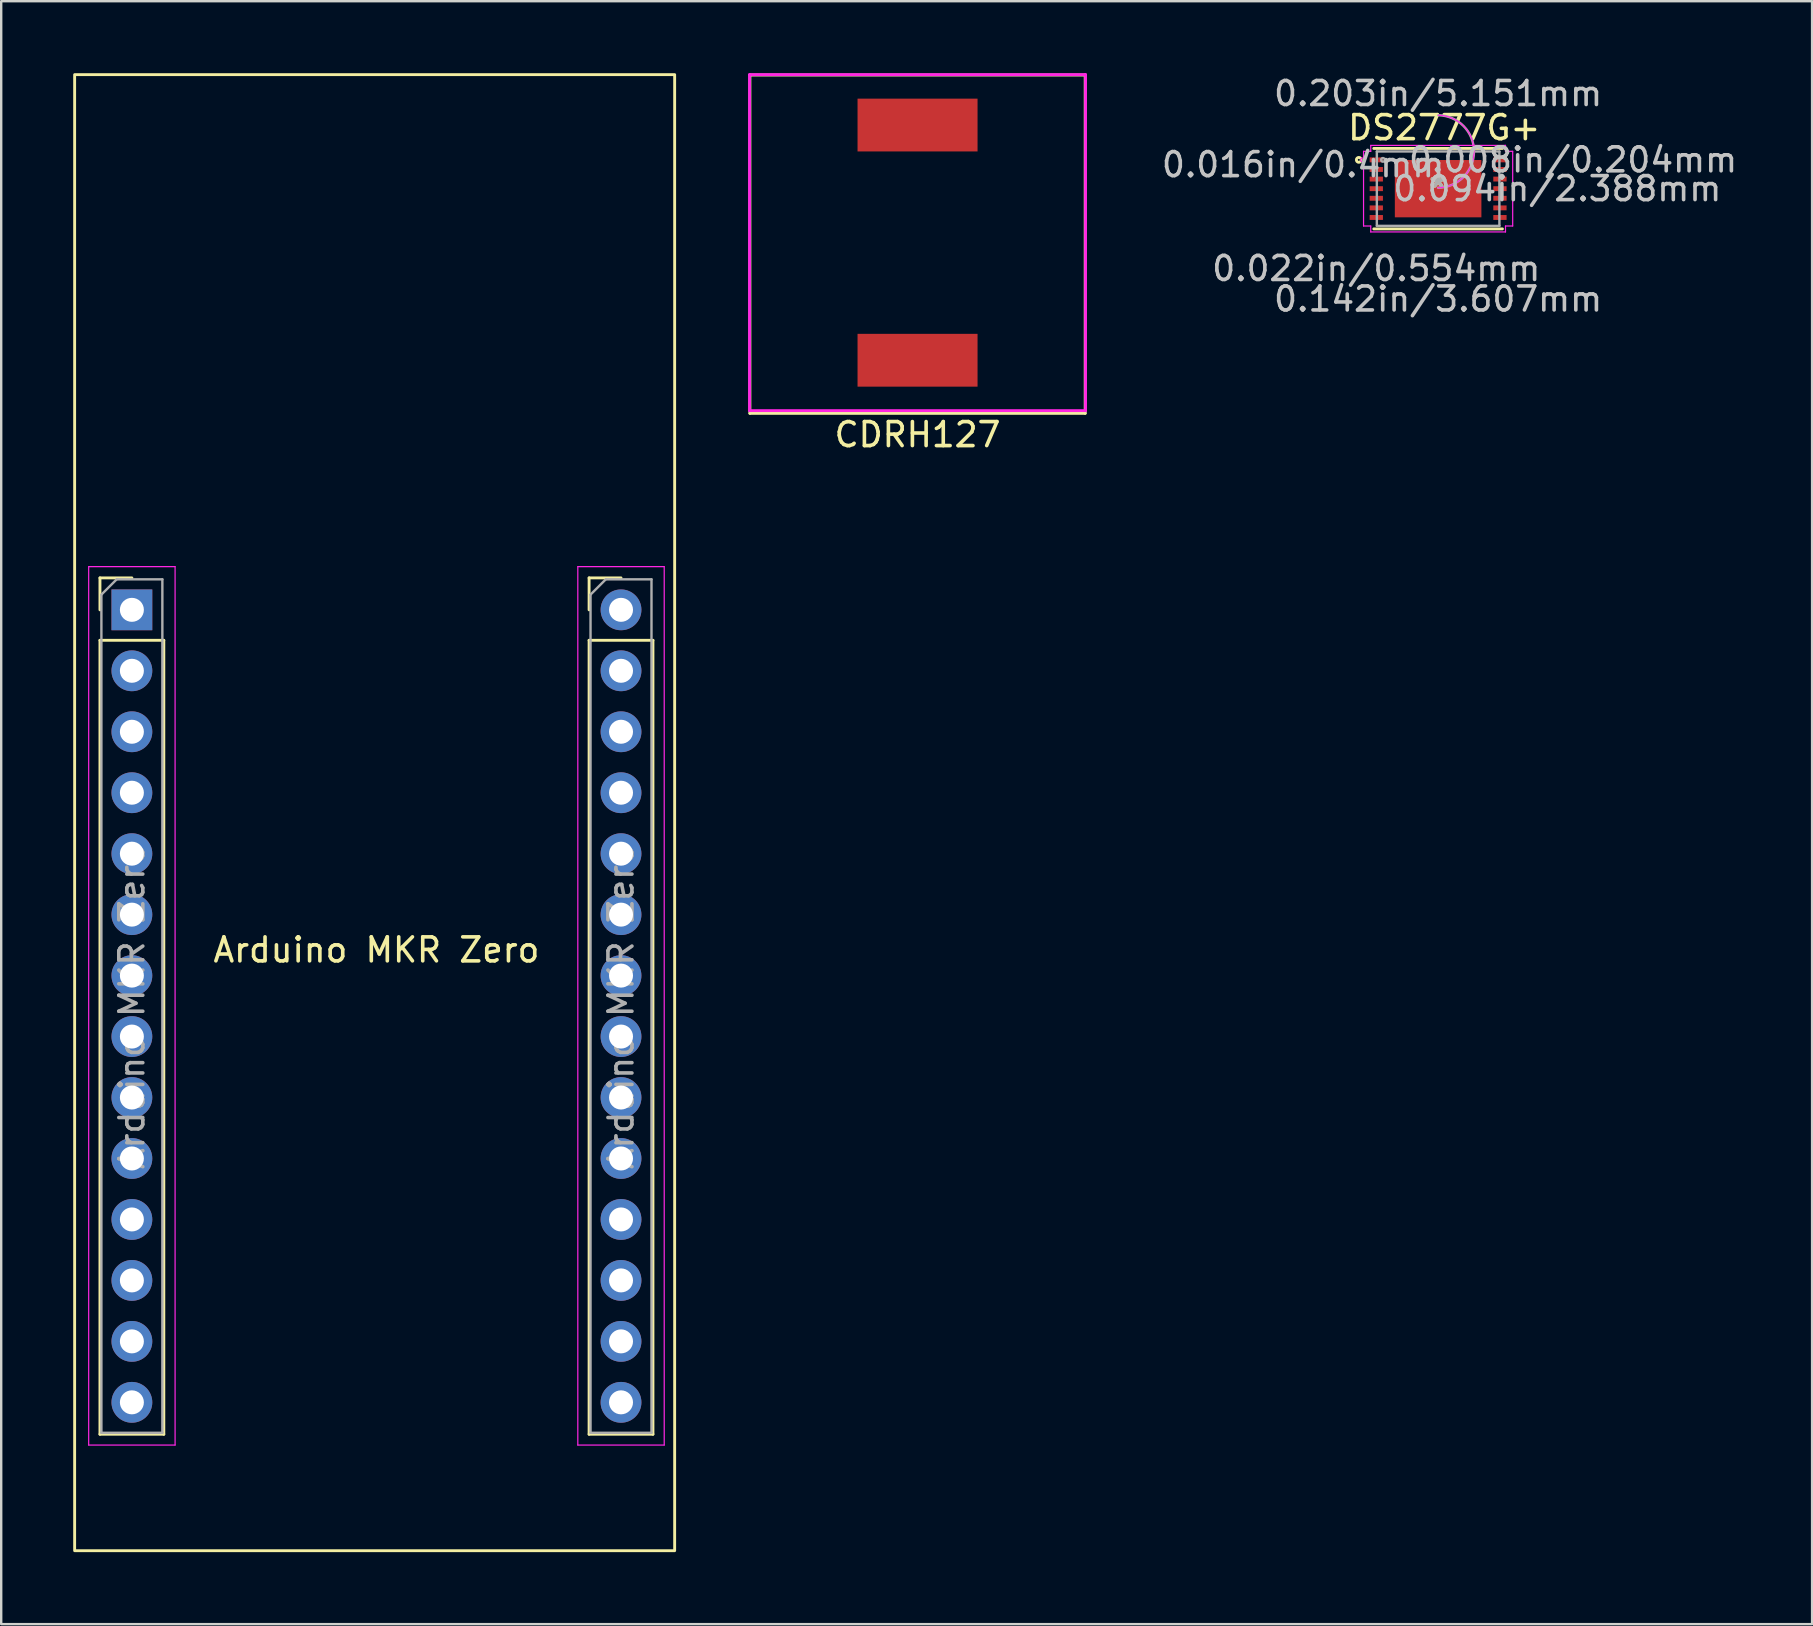
<source format=kicad_pcb>
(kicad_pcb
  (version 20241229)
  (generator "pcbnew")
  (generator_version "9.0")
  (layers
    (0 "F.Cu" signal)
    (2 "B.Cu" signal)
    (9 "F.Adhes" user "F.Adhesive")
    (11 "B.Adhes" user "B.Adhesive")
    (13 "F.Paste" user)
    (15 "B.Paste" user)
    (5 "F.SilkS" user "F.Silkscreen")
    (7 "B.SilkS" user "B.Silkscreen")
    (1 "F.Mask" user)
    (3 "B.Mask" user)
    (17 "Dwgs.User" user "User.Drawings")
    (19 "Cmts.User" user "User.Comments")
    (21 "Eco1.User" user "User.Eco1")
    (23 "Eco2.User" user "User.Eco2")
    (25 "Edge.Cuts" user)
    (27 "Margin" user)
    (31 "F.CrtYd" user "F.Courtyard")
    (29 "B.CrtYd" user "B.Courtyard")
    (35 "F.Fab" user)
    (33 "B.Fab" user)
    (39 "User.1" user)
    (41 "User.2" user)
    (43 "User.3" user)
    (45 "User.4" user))
  (footprint "CDRH127"
    (layer "F.Cu")
    (at 35.18 7.06)
    (property "Reference" "CDRH127" (at 0 8 0) (layer "F.SilkS") (effects (font (size 1 1) (thickness 0.15))))
    (attr through_hole)
    (fp_line (start -6.985 -6.985) (end 6.985 -6.985) (stroke (width 0.12) (type solid)) (layer "F.SilkS"))
    (fp_line (start -6.985 7.112) (end -6.985 -6.985) (stroke (width 0.12) (type solid)) (layer "F.SilkS"))
    (fp_line (start 6.985 -6.985) (end 6.985 7.112) (stroke (width 0.12) (type solid)) (layer "F.SilkS"))
    (fp_line (start 6.985 7.112) (end -6.985 7.112) (stroke (width 0.12) (type solid)) (layer "F.SilkS"))
    (fp_line (start -7 -7) (end 7 -7) (stroke (width 0.12) (type solid)) (layer "F.CrtYd"))
    (fp_line (start -7 7) (end -7 -7) (stroke (width 0.12) (type solid)) (layer "F.CrtYd"))
    (fp_line (start 7 -7) (end 7 7) (stroke (width 0.12) (type solid)) (layer "F.CrtYd"))
    (fp_line (start 7 7) (end -7 7) (stroke (width 0.12) (type solid)) (layer "F.CrtYd"))
    (pad "1" smd rect (at 0 -4.9) (size 5 2.2) (layers "F.Cu" "F.Mask" "F.Paste"))
    (pad "2" smd rect (at 0 4.9) (size 5 2.2) (layers "F.Cu" "F.Mask" "F.Paste")))
  (footprint "Arduino MKR Zero"
    (layer "F.Cu")
    (at 12.635 38.859)
    (property "Reference" "Arduino MKR Zero" (at 0 -2.33 0) (layer "F.SilkS") (effects (font (size 1 1) (thickness 0.15))))
    (attr through_hole)
    (fp_line (start -11.52 -17.83) (end -10.19 -17.83) (stroke (width 0.12) (type solid)) (layer "F.SilkS"))
    (fp_line (start -11.52 -16.5) (end -11.52 -17.83) (stroke (width 0.12) (type solid)) (layer "F.SilkS"))
    (fp_line (start -11.52 -15.23) (end -11.52 17.85) (stroke (width 0.12) (type solid)) (layer "F.SilkS"))
    (fp_line (start -11.52 -15.23) (end -8.86 -15.23) (stroke (width 0.12) (type solid)) (layer "F.SilkS"))
    (fp_line (start -11.52 17.85) (end -8.86 17.85) (stroke (width 0.12) (type solid)) (layer "F.SilkS"))
    (fp_line (start -8.86 -15.23) (end -8.86 17.85) (stroke (width 0.12) (type solid)) (layer "F.SilkS"))
    (fp_line (start 8.86 -17.83) (end 10.19 -17.83) (stroke (width 0.12) (type solid)) (layer "F.SilkS"))
    (fp_line (start 8.86 -16.5) (end 8.86 -17.83) (stroke (width 0.12) (type solid)) (layer "F.SilkS"))
    (fp_line (start 8.86 -15.23) (end 8.86 17.85) (stroke (width 0.12) (type solid)) (layer "F.SilkS"))
    (fp_line (start 8.86 -15.23) (end 11.52 -15.23) (stroke (width 0.12) (type solid)) (layer "F.SilkS"))
    (fp_line (start 8.86 17.85) (end 11.52 17.85) (stroke (width 0.12) (type solid)) (layer "F.SilkS"))
    (fp_line (start 11.52 -15.23) (end 11.52 17.85) (stroke (width 0.12) (type solid)) (layer "F.SilkS"))
    (fp_rect (start -12.575 -38.799) (end 12.425 22.701) (stroke (width 0.12) (type solid)) (fill no) (layer "F.SilkS"))
    (fp_line (start -11.99 -18.3) (end -11.99 18.3) (stroke (width 0.05) (type solid)) (layer "F.CrtYd"))
    (fp_line (start -11.99 18.3) (end -8.39 18.3) (stroke (width 0.05) (type solid)) (layer "F.CrtYd"))
    (fp_line (start -8.39 -18.3) (end -11.99 -18.3) (stroke (width 0.05) (type solid)) (layer "F.CrtYd"))
    (fp_line (start -8.39 18.3) (end -8.39 -18.3) (stroke (width 0.05) (type solid)) (layer "F.CrtYd"))
    (fp_line (start 8.39 -18.3) (end 8.39 18.3) (stroke (width 0.05) (type solid)) (layer "F.CrtYd"))
    (fp_line (start 8.39 18.3) (end 11.99 18.3) (stroke (width 0.05) (type solid)) (layer "F.CrtYd"))
    (fp_line (start 11.99 -18.3) (end 8.39 -18.3) (stroke (width 0.05) (type solid)) (layer "F.CrtYd"))
    (fp_line (start 11.99 18.3) (end 11.99 -18.3) (stroke (width 0.05) (type solid)) (layer "F.CrtYd"))
    (fp_line (start -11.46 -17.135) (end -10.825 -17.77) (stroke (width 0.1) (type solid)) (layer "F.Fab"))
    (fp_line (start -11.46 17.79) (end -11.46 -17.135) (stroke (width 0.1) (type solid)) (layer "F.Fab"))
    (fp_line (start -10.825 -17.77) (end -8.92 -17.77) (stroke (width 0.1) (type solid)) (layer "F.Fab"))
    (fp_line (start -8.92 -17.77) (end -8.92 17.79) (stroke (width 0.1) (type solid)) (layer "F.Fab"))
    (fp_line (start -8.92 17.79) (end -11.46 17.79) (stroke (width 0.1) (type solid)) (layer "F.Fab"))
    (fp_line (start 8.92 -17.135) (end 9.555 -17.77) (stroke (width 0.1) (type solid)) (layer "F.Fab"))
    (fp_line (start 8.92 17.79) (end 8.92 -17.135) (stroke (width 0.1) (type solid)) (layer "F.Fab"))
    (fp_line (start 9.555 -17.77) (end 11.46 -17.77) (stroke (width 0.1) (type solid)) (layer "F.Fab"))
    (fp_line (start 11.46 -17.77) (end 11.46 17.79) (stroke (width 0.1) (type solid)) (layer "F.Fab"))
    (fp_line (start 11.46 17.79) (end 8.92 17.79) (stroke (width 0.1) (type solid)) (layer "F.Fab"))
    (fp_text user "${REFERENCE}" (at -10.19 0.01 90) (layer "F.Fab") (effects (font (size 1 1) (thickness 0.15))))
    (fp_text user "${REFERENCE}" (at 10.19 0.01 90) (layer "F.Fab") (effects (font (size 1 1) (thickness 0.15))))
    (pad "1" thru_hole rect (at -10.19 -16.5) (size 1.7 1.7) (drill 1) (layers "*.Cu" "*.Mask"))
    (pad "2" thru_hole oval (at -10.19 -13.96) (size 1.7 1.7) (drill 1) (layers "*.Cu" "*.Mask"))
    (pad "3" thru_hole oval (at -10.19 -11.42) (size 1.7 1.7) (drill 1) (layers "*.Cu" "*.Mask"))
    (pad "4" thru_hole oval (at -10.19 -8.88) (size 1.7 1.7) (drill 1) (layers "*.Cu" "*.Mask"))
    (pad "5" thru_hole oval (at -10.19 -6.34) (size 1.7 1.7) (drill 1) (layers "*.Cu" "*.Mask"))
    (pad "6" thru_hole oval (at -10.19 -3.8) (size 1.7 1.7) (drill 1) (layers "*.Cu" "*.Mask"))
    (pad "7" thru_hole oval (at -10.19 -1.26) (size 1.7 1.7) (drill 1) (layers "*.Cu" "*.Mask"))
    (pad "8" thru_hole oval (at -10.19 1.28) (size 1.7 1.7) (drill 1) (layers "*.Cu" "*.Mask"))
    (pad "9" thru_hole oval (at -10.19 3.82) (size 1.7 1.7) (drill 1) (layers "*.Cu" "*.Mask"))
    (pad "10" thru_hole oval (at -10.19 6.36) (size 1.7 1.7) (drill 1) (layers "*.Cu" "*.Mask"))
    (pad "11" thru_hole oval (at -10.19 8.9) (size 1.7 1.7) (drill 1) (layers "*.Cu" "*.Mask"))
    (pad "12" thru_hole oval (at -10.19 11.44) (size 1.7 1.7) (drill 1) (layers "*.Cu" "*.Mask"))
    (pad "13" thru_hole oval (at -10.19 13.98) (size 1.7 1.7) (drill 1) (layers "*.Cu" "*.Mask"))
    (pad "14" thru_hole oval (at -10.19 16.52) (size 1.7 1.7) (drill 1) (layers "*.Cu" "*.Mask"))
    (pad "15" thru_hole oval (at 10.19 16.52) (size 1.7 1.7) (drill 1) (layers "*.Cu" "*.Mask"))
    (pad "16" thru_hole oval (at 10.19 13.98) (size 1.7 1.7) (drill 1) (layers "*.Cu" "*.Mask"))
    (pad "17" thru_hole oval (at 10.19 11.44) (size 1.7 1.7) (drill 1) (layers "*.Cu" "*.Mask"))
    (pad "18" thru_hole oval (at 10.19 8.9) (size 1.7 1.7) (drill 1) (layers "*.Cu" "*.Mask"))
    (pad "19" thru_hole oval (at 10.19 6.36) (size 1.7 1.7) (drill 1) (layers "*.Cu" "*.Mask"))
    (pad "20" thru_hole oval (at 10.19 3.82) (size 1.7 1.7) (drill 1) (layers "*.Cu" "*.Mask"))
    (pad "21" thru_hole oval (at 10.19 1.28) (size 1.7 1.7) (drill 1) (layers "*.Cu" "*.Mask"))
    (pad "22" thru_hole oval (at 10.19 -1.26) (size 1.7 1.7) (drill 1) (layers "*.Cu" "*.Mask"))
    (pad "23" thru_hole oval (at 10.19 -3.8) (size 1.7 1.7) (drill 1) (layers "*.Cu" "*.Mask"))
    (pad "24" thru_hole oval (at 10.19 -6.34) (size 1.7 1.7) (drill 1) (layers "*.Cu" "*.Mask"))
    (pad "25" thru_hole oval (at 10.19 -8.88) (size 1.7 1.7) (drill 1) (layers "*.Cu" "*.Mask"))
    (pad "26" thru_hole oval (at 10.19 -11.42) (size 1.7 1.7) (drill 1) (layers "*.Cu" "*.Mask"))
    (pad "27" thru_hole oval (at 10.19 -13.96) (size 1.7 1.7) (drill 1) (layers "*.Cu" "*.Mask"))
    (pad "28" thru_hole circle (at 10.19 -16.5) (size 1.7 1.7) (drill 1) (layers "*.Cu" "*.Mask")))
  (footprint "DS2777G+"
    (layer "F.Cu")
    (at 56.87 4.811)
    (property "Reference" "DS2777G+" (at 0.254 -2.54 0) (layer "F.SilkS") (effects (font (size 1 1) (thickness 0.15))))
    (attr through_hole)
    (fp_line (start -2.68 1.676) (end 2.68 1.676) (stroke (width 0.12) (type solid)) (layer "F.SilkS"))
    (fp_line (start 2.68 -1.676) (end -2.68 -1.676) (stroke (width 0.12) (type solid)) (layer "F.SilkS"))
    (fp_circle (center -3.304 -1.2) (end -3.202 -1.2) (stroke (width 0.12) (type solid)) (fill no) (layer "F.SilkS"))
    (fp_line (start -3.107 -1.556) (end -2.807 -1.556) (stroke (width 0.05) (type solid)) (layer "F.CrtYd"))
    (fp_line (start -3.107 1.556) (end -3.107 -1.556) (stroke (width 0.05) (type solid)) (layer "F.CrtYd"))
    (fp_line (start -2.807 -1.803) (end 2.807 -1.803) (stroke (width 0.05) (type solid)) (layer "F.CrtYd"))
    (fp_line (start -2.807 -1.556) (end -2.807 -1.803) (stroke (width 0.05) (type solid)) (layer "F.CrtYd"))
    (fp_line (start -2.807 1.556) (end -3.107 1.556) (stroke (width 0.05) (type solid)) (layer "F.CrtYd"))
    (fp_line (start -2.807 1.803) (end -2.807 1.556) (stroke (width 0.05) (type solid)) (layer "F.CrtYd"))
    (fp_line (start 2.807 -1.803) (end 2.807 -1.556) (stroke (width 0.05) (type solid)) (layer "F.CrtYd"))
    (fp_line (start 2.807 -1.556) (end 3.107 -1.556) (stroke (width 0.05) (type solid)) (layer "F.CrtYd"))
    (fp_line (start 2.807 1.556) (end 2.807 1.803) (stroke (width 0.05) (type solid)) (layer "F.CrtYd"))
    (fp_line (start 2.807 1.803) (end -2.807 1.803) (stroke (width 0.05) (type solid)) (layer "F.CrtYd"))
    (fp_line (start 3.107 -1.556) (end 3.107 1.556) (stroke (width 0.05) (type solid)) (layer "F.CrtYd"))
    (fp_line (start 3.107 1.556) (end 2.807 1.556) (stroke (width 0.05) (type solid)) (layer "F.CrtYd"))
    (fp_arc (start 0.010806 -3.059445) (mid 1.510045 -1.538594) (end -0.010806 -0.039355) (stroke (width 0.05) (type solid)) (layer "F.CrtYd"))
    (fp_circle (center -3.154 -1.2) (end -3.078 -1.2) (stroke (width 0.05) (type solid)) (fill no) (layer "F.CrtYd"))
    (fp_line (start -2.553 -1.549) (end -2.553 1.549) (stroke (width 0.1) (type solid)) (layer "F.Fab"))
    (fp_line (start -2.553 1.549) (end 2.553 1.549) (stroke (width 0.1) (type solid)) (layer "F.Fab"))
    (fp_line (start 2.553 -1.549) (end -2.553 -1.549) (stroke (width 0.1) (type solid)) (layer "F.Fab"))
    (fp_line (start 2.553 1.549) (end 2.553 -1.549) (stroke (width 0.1) (type solid)) (layer "F.Fab"))
    (fp_arc (start 0.007742 -3.059445) (mid 1.510045 -1.541658) (end -0.007742 -0.039355) (stroke (width 0.1) (type solid)) (layer "F.Fab"))
    (fp_circle (center -2.299 -1.2) (end -2.223 -1.2) (stroke (width 0.1) (type solid)) (fill no) (layer "F.Fab"))
    (fp_text user "*" (at 0 0 0) (layer "F.SilkS") (effects (font (size 1 1) (thickness 0.15))))
    (fp_text user "0.142in/3.607mm" (at 0 4.597 0) (layer "Dwgs.User") (effects (font (size 1 1) (thickness 0.15))))
    (fp_text user "0.022in/0.554mm" (at -2.576 3.327 0) (layer "Dwgs.User") (effects (font (size 1 1) (thickness 0.15))))
    (fp_text user "0.203in/5.151mm" (at 0 -3.962 0) (layer "Dwgs.User") (effects (font (size 1 1) (thickness 0.15))))
    (fp_text user "0.094in/2.388mm" (at 4.966 0 0) (layer "Dwgs.User") (effects (font (size 1 1) (thickness 0.15))))
    (fp_text user "0.016in/0.4mm" (at -5.624 -1 0) (layer "Dwgs.User") (effects (font (size 1 1) (thickness 0.15))))
    (fp_text user "0.008in/0.204mm" (at 5.624 -1.2 0) (layer "Dwgs.User") (effects (font (size 1 1) (thickness 0.15))))
    (fp_text user "Copyright 2021 Accelerated Designs. All rights reserved." (at 0 0 0) (layer "Cmts.User") (effects (font (size 0.127 0.127) (thickness 0.002))))
    (fp_text user "*" (at 0 0 0) (layer "F.Fab") (effects (font (size 1 1) (thickness 0.15))))
    (pad "1" smd rect (at -2.576 -1.2) (size 0.554 0.204) (layers "F.Cu" "F.Mask" "F.Paste"))
    (pad "2" smd rect (at -2.576 -0.8) (size 0.554 0.204) (layers "F.Cu" "F.Mask" "F.Paste"))
    (pad "3" smd rect (at -2.576 -0.4) (size 0.554 0.204) (layers "F.Cu" "F.Mask" "F.Paste"))
    (pad "4" smd rect (at -2.576 0) (size 0.554 0.204) (layers "F.Cu" "F.Mask" "F.Paste"))
    (pad "5" smd rect (at -2.576 0.4) (size 0.554 0.204) (layers "F.Cu" "F.Mask" "F.Paste"))
    (pad "6" smd rect (at -2.576 0.8) (size 0.554 0.204) (layers "F.Cu" "F.Mask" "F.Paste"))
    (pad "7" smd rect (at -2.576 1.2) (size 0.554 0.204) (layers "F.Cu" "F.Mask" "F.Paste"))
    (pad "8" smd rect (at 2.576 1.2) (size 0.554 0.204) (layers "F.Cu" "F.Mask" "F.Paste"))
    (pad "9" smd rect (at 2.576 0.8) (size 0.554 0.204) (layers "F.Cu" "F.Mask" "F.Paste"))
    (pad "10" smd rect (at 2.576 0.4) (size 0.554 0.204) (layers "F.Cu" "F.Mask" "F.Paste"))
    (pad "11" smd rect (at 2.576 0) (size 0.554 0.204) (layers "F.Cu" "F.Mask" "F.Paste"))
    (pad "12" smd rect (at 2.576 -0.4) (size 0.554 0.204) (layers "F.Cu" "F.Mask" "F.Paste"))
    (pad "13" smd rect (at 2.576 -0.8) (size 0.554 0.204) (layers "F.Cu" "F.Mask" "F.Paste"))
    (pad "14" smd rect (at 2.576 -1.2) (size 0.554 0.204) (layers "F.Cu" "F.Mask" "F.Paste"))
    (pad "15" smd rect (at 0 0) (size 3.607 2.388) (layers "F.Cu" "F.Mask" "F.Paste")))
  (gr_rect
    (start -3 -3)
    (end 72.452 64.62)
    (stroke (width 0.1) (type default))
    (fill no)
    (layer "Edge.Cuts")))
</source>
